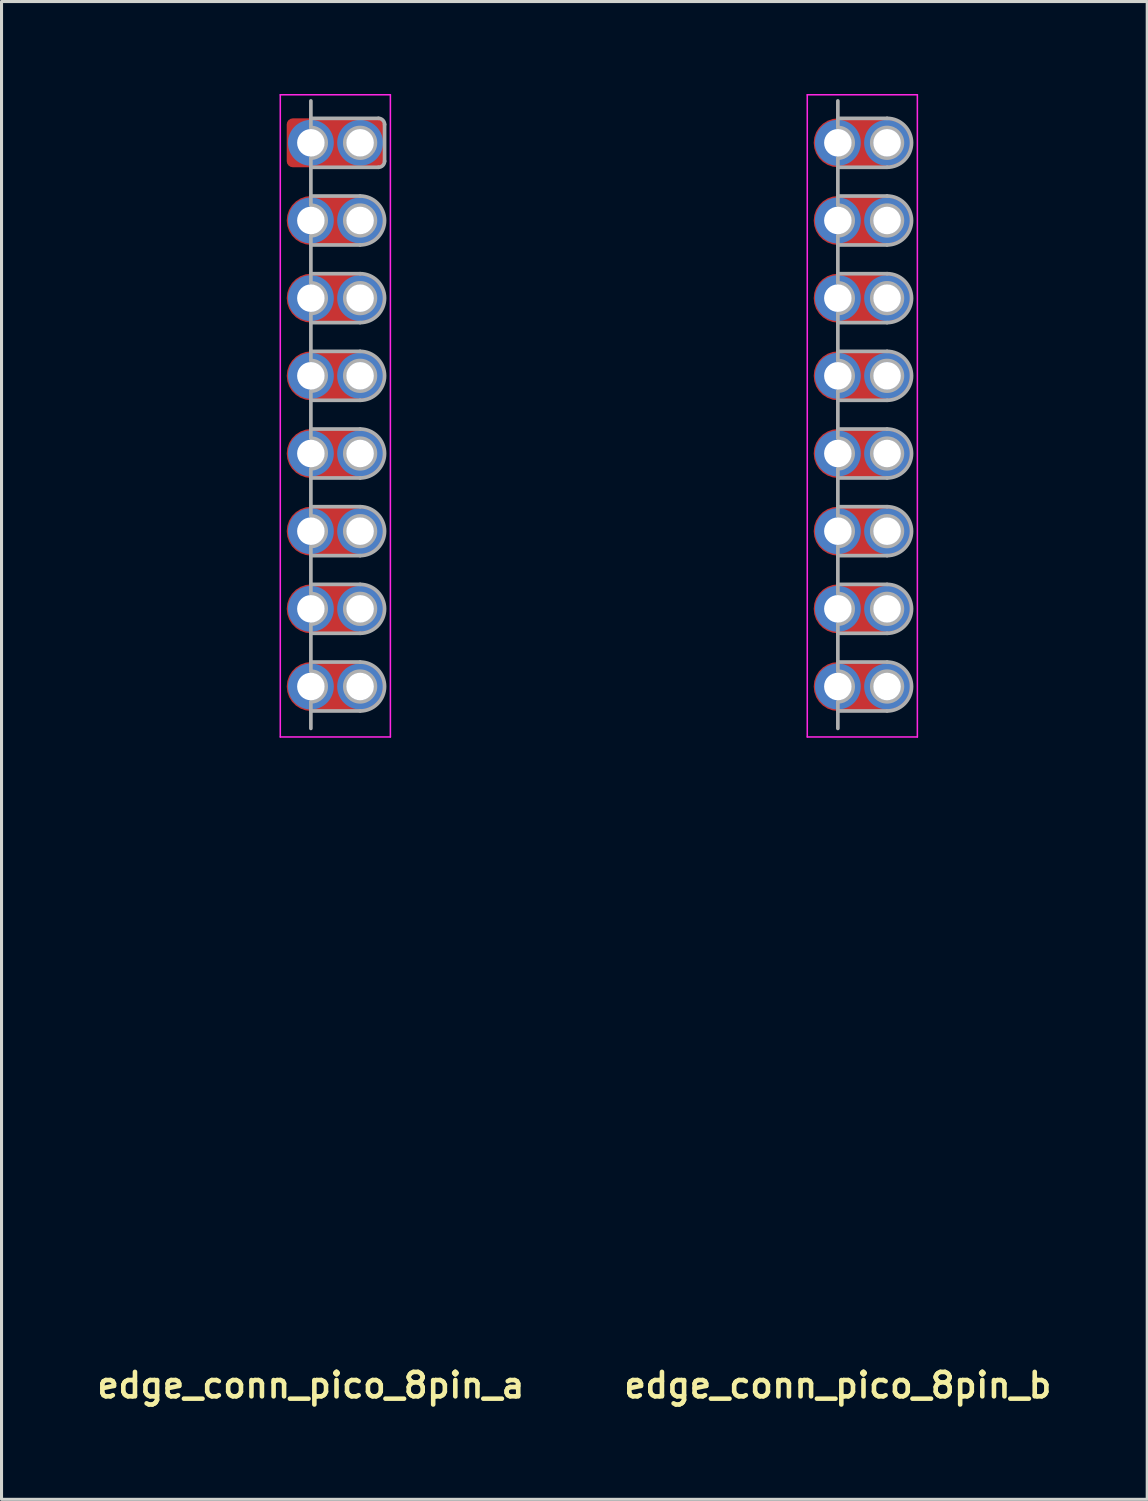
<source format=kicad_pcb>
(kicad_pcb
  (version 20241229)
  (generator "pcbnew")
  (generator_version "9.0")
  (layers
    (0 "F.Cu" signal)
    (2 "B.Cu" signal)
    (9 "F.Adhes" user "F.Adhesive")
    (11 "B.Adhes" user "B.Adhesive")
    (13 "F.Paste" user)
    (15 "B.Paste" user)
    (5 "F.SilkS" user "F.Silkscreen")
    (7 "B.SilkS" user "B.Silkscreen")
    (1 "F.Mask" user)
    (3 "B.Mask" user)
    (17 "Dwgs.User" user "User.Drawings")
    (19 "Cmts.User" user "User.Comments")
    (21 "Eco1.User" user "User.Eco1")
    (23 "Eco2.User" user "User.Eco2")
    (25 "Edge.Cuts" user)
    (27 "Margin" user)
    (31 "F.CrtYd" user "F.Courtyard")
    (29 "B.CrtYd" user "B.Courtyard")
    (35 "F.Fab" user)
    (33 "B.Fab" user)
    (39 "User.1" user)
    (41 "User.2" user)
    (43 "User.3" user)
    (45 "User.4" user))
  (footprint "edge_conn_pico_8pin_b"
    (layer "F.Cu")
    (at 24.349 0.25)
    (property "Reference" "edge_conn_pico_8pin_b" (at 0 42 0) (layer "F.SilkS") (effects (font (size 0.8 0.8) (thickness 0.15))))
    (attr through_hole)
    (fp_line (start -1 -0.2) (end -1 20.8) (stroke (width 0.05) (type default)) (layer "F.CrtYd"))
    (fp_line (start -1 -0.2) (end 2.6 -0.2) (stroke (width 0.05) (type default)) (layer "F.CrtYd"))
    (fp_line (start -1 20.8) (end 2.6 20.8) (stroke (width 0.05) (type default)) (layer "F.CrtYd"))
    (fp_line (start 2.6 -0.2) (end 2.6 20.8) (stroke (width 0.05) (type default)) (layer "F.CrtYd"))
    (fp_line (start 0 0) (end 0 0.57) (stroke (width 0.12) (type solid)) (layer "F.Fab"))
    (fp_line (start 0 0.87) (end 0 0.57) (stroke (width 0.12) (type solid)) (layer "F.Fab"))
    (fp_line (start 0 1.87) (end 0 2.17) (stroke (width 0.12) (type solid)) (layer "F.Fab"))
    (fp_line (start 0 3.11) (end 0 2.17) (stroke (width 0.12) (type solid)) (layer "F.Fab"))
    (fp_line (start 0 3.11) (end 0 3.4) (stroke (width 0.12) (type solid)) (layer "F.Fab"))
    (fp_line (start 0 4.41) (end 0 4.71) (stroke (width 0.12) (type solid)) (layer "F.Fab"))
    (fp_line (start 0 5.65) (end 0 4.71) (stroke (width 0.12) (type solid)) (layer "F.Fab"))
    (fp_line (start 0 5.65) (end 0 5.94) (stroke (width 0.12) (type solid)) (layer "F.Fab"))
    (fp_line (start 0 6.95) (end 0 7.25) (stroke (width 0.12) (type solid)) (layer "F.Fab"))
    (fp_line (start 0 8.19) (end 0 7.25) (stroke (width 0.12) (type solid)) (layer "F.Fab"))
    (fp_line (start 0 8.19) (end 0 8.49) (stroke (width 0.12) (type solid)) (layer "F.Fab"))
    (fp_line (start 0 9.49) (end 0 9.79) (stroke (width 0.12) (type solid)) (layer "F.Fab"))
    (fp_line (start 0 10.73) (end 0 9.79) (stroke (width 0.12) (type solid)) (layer "F.Fab"))
    (fp_line (start 0 10.73) (end 0 11.02) (stroke (width 0.12) (type solid)) (layer "F.Fab"))
    (fp_line (start 0 12.03) (end 0 12.33) (stroke (width 0.12) (type solid)) (layer "F.Fab"))
    (fp_line (start 0 13.27) (end 0 12.33) (stroke (width 0.12) (type solid)) (layer "F.Fab"))
    (fp_line (start 0 13.27) (end 0 13.56) (stroke (width 0.12) (type solid)) (layer "F.Fab"))
    (fp_line (start 0 14.57) (end 0 14.87) (stroke (width 0.12) (type solid)) (layer "F.Fab"))
    (fp_line (start 0 15.81) (end 0 14.87) (stroke (width 0.12) (type solid)) (layer "F.Fab"))
    (fp_line (start 0 15.81) (end 0 16.11) (stroke (width 0.12) (type solid)) (layer "F.Fab"))
    (fp_line (start 0 17.11) (end 0 17.41) (stroke (width 0.12) (type solid)) (layer "F.Fab"))
    (fp_line (start 0 18.35) (end 0 17.41) (stroke (width 0.12) (type solid)) (layer "F.Fab"))
    (fp_line (start 0 18.35) (end 0 18.65) (stroke (width 0.12) (type solid)) (layer "F.Fab"))
    (fp_line (start 0 19.65) (end 0 19.95) (stroke (width 0.12) (type solid)) (layer "F.Fab"))
    (fp_line (start 0 19.95) (end 0 20.52) (stroke (width 0.12) (type solid)) (layer "F.Fab"))
    (fp_line (start 1.61 0.57) (end 0 0.57) (stroke (width 0.12) (type solid)) (layer "F.Fab"))
    (fp_line (start 1.61 2.17) (end 0 2.17) (stroke (width 0.12) (type solid)) (layer "F.Fab"))
    (fp_line (start 1.61 3.11) (end 0 3.11) (stroke (width 0.12) (type solid)) (layer "F.Fab"))
    (fp_line (start 1.61 4.71) (end 0 4.71) (stroke (width 0.12) (type solid)) (layer "F.Fab"))
    (fp_line (start 1.61 5.65) (end 0 5.65) (stroke (width 0.12) (type solid)) (layer "F.Fab"))
    (fp_line (start 1.61 7.25) (end 0 7.25) (stroke (width 0.12) (type solid)) (layer "F.Fab"))
    (fp_line (start 1.61 8.19) (end 0 8.19) (stroke (width 0.12) (type solid)) (layer "F.Fab"))
    (fp_line (start 1.61 9.79) (end 0 9.79) (stroke (width 0.12) (type solid)) (layer "F.Fab"))
    (fp_line (start 1.61 10.73) (end 0 10.73) (stroke (width 0.12) (type solid)) (layer "F.Fab"))
    (fp_line (start 1.61 12.33) (end 0 12.33) (stroke (width 0.12) (type solid)) (layer "F.Fab"))
    (fp_line (start 1.61 13.27) (end 0 13.27) (stroke (width 0.12) (type solid)) (layer "F.Fab"))
    (fp_line (start 1.61 14.87) (end 0 14.87) (stroke (width 0.12) (type solid)) (layer "F.Fab"))
    (fp_line (start 1.61 15.81) (end 0 15.81) (stroke (width 0.12) (type solid)) (layer "F.Fab"))
    (fp_line (start 1.61 17.41) (end 0 17.41) (stroke (width 0.12) (type solid)) (layer "F.Fab"))
    (fp_line (start 1.61 18.35) (end 0 18.35) (stroke (width 0.12) (type solid)) (layer "F.Fab"))
    (fp_line (start 1.61 19.95) (end 0 19.95) (stroke (width 0.12) (type solid)) (layer "F.Fab"))
    (fp_arc (start 0 0.87) (mid 0.5 1.37) (end 0 1.87) (stroke (width 0.12) (type solid)) (layer "F.Fab"))
    (fp_arc (start 0 3.41) (mid 0.5 3.91) (end 0 4.41) (stroke (width 0.12) (type solid)) (layer "F.Fab"))
    (fp_arc (start 0 5.95) (mid 0.5 6.45) (end 0 6.95) (stroke (width 0.12) (type solid)) (layer "F.Fab"))
    (fp_arc (start 0 8.49) (mid 0.5 8.99) (end 0 9.49) (stroke (width 0.12) (type solid)) (layer "F.Fab"))
    (fp_arc (start 0 11.03) (mid 0.5 11.53) (end 0 12.03) (stroke (width 0.12) (type solid)) (layer "F.Fab"))
    (fp_arc (start 0 13.57) (mid 0.5 14.07) (end 0 14.57) (stroke (width 0.12) (type solid)) (layer "F.Fab"))
    (fp_arc (start 0 16.11) (mid 0.5 16.61) (end 0 17.11) (stroke (width 0.12) (type solid)) (layer "F.Fab"))
    (fp_arc (start 0 18.65) (mid 0.5 19.15) (end 0 19.65) (stroke (width 0.12) (type solid)) (layer "F.Fab"))
    (fp_arc (start 1.61 0.57) (mid 2.41 1.37) (end 1.61 2.17) (stroke (width 0.12) (type solid)) (layer "F.Fab"))
    (fp_arc (start 1.61 3.11) (mid 2.41 3.91) (end 1.61 4.71) (stroke (width 0.12) (type solid)) (layer "F.Fab"))
    (fp_arc (start 1.61 5.65) (mid 2.41 6.45) (end 1.61 7.25) (stroke (width 0.12) (type solid)) (layer "F.Fab"))
    (fp_arc (start 1.61 8.19) (mid 2.41 8.99) (end 1.61 9.79) (stroke (width 0.12) (type solid)) (layer "F.Fab"))
    (fp_arc (start 1.61 10.73) (mid 2.41 11.53) (end 1.61 12.33) (stroke (width 0.12) (type solid)) (layer "F.Fab"))
    (fp_arc (start 1.61 13.27) (mid 2.41 14.07) (end 1.61 14.87) (stroke (width 0.12) (type solid)) (layer "F.Fab"))
    (fp_arc (start 1.61 15.81) (mid 2.41 16.61) (end 1.61 17.41) (stroke (width 0.12) (type solid)) (layer "F.Fab"))
    (fp_arc (start 1.61 18.35) (mid 2.41 19.15) (end 1.61 19.95) (stroke (width 0.12) (type solid)) (layer "F.Fab"))
    (fp_circle (center 1.61 1.37) (end 2.11 1.37) (stroke (width 0.12) (type solid)) (fill no) (layer "F.Fab"))
    (fp_circle (center 1.61 3.91) (end 2.11 3.91) (stroke (width 0.12) (type solid)) (fill no) (layer "F.Fab"))
    (fp_circle (center 1.61 6.45) (end 2.11 6.45) (stroke (width 0.12) (type solid)) (fill no) (layer "F.Fab"))
    (fp_circle (center 1.61 8.99) (end 2.11 8.99) (stroke (width 0.12) (type solid)) (fill no) (layer "F.Fab"))
    (fp_circle (center 1.61 11.53) (end 2.11 11.53) (stroke (width 0.12) (type solid)) (fill no) (layer "F.Fab"))
    (fp_circle (center 1.61 14.07) (end 2.11 14.07) (stroke (width 0.12) (type solid)) (fill no) (layer "F.Fab"))
    (fp_circle (center 1.61 16.61) (end 2.11 16.61) (stroke (width 0.12) (type solid)) (fill no) (layer "F.Fab"))
    (fp_circle (center 1.61 19.15) (end 2.11 19.15) (stroke (width 0.12) (type solid)) (fill no) (layer "F.Fab"))
    (pad "1" thru_hole circle (at 0 1.37) (size 1.5 1.5) (drill 0.9) (layers "*.Cu" "*.Mask"))
    (pad "1" smd roundrect (at 0.81 1.37) (size 3.2 1.6) (layers "F.Cu" "F.Mask") (roundrect_rratio 0.5))
    (pad "1" thru_hole circle (at 1.61 1.37) (size 1.5 1.5) (drill 0.9) (layers "*.Cu" "*.Mask"))
    (pad "2" thru_hole circle (at 0 3.91) (size 1.5 1.5) (drill 0.9) (layers "*.Cu" "*.Mask"))
    (pad "2" smd roundrect (at 0.81 3.91) (size 3.2 1.6) (layers "F.Cu" "F.Mask") (roundrect_rratio 0.5))
    (pad "2" thru_hole circle (at 1.61 3.91) (size 1.5 1.5) (drill 0.9) (layers "*.Cu" "*.Mask"))
    (pad "3" thru_hole circle (at 0 6.45) (size 1.5 1.5) (drill 0.9) (layers "*.Cu" "*.Mask"))
    (pad "3" smd roundrect (at 0.81 6.45) (size 3.2 1.6) (layers "F.Cu" "F.Mask") (roundrect_rratio 0.5))
    (pad "3" thru_hole circle (at 1.61 6.45) (size 1.5 1.5) (drill 0.9) (layers "*.Cu" "*.Mask"))
    (pad "4" thru_hole circle (at 0 8.99) (size 1.5 1.5) (drill 0.9) (layers "*.Cu" "*.Mask"))
    (pad "4" smd roundrect (at 0.81 8.99) (size 3.2 1.6) (layers "F.Cu" "F.Mask") (roundrect_rratio 0.5))
    (pad "4" thru_hole circle (at 1.61 8.99) (size 1.5 1.5) (drill 0.9) (layers "*.Cu" "*.Mask"))
    (pad "5" thru_hole circle (at 0 11.53) (size 1.5 1.5) (drill 0.9) (layers "*.Cu" "*.Mask"))
    (pad "5" smd roundrect (at 0.81 11.53) (size 3.2 1.6) (layers "F.Cu" "F.Mask") (roundrect_rratio 0.5))
    (pad "5" thru_hole circle (at 1.61 11.53) (size 1.5 1.5) (drill 0.9) (layers "*.Cu" "*.Mask"))
    (pad "6" thru_hole circle (at 0 14.07) (size 1.5 1.5) (drill 0.9) (layers "*.Cu" "*.Mask"))
    (pad "6" smd roundrect (at 0.81 14.07) (size 3.2 1.6) (layers "F.Cu" "F.Mask") (roundrect_rratio 0.5))
    (pad "6" thru_hole circle (at 1.61 14.07) (size 1.5 1.5) (drill 0.9) (layers "*.Cu" "*.Mask"))
    (pad "7" thru_hole circle (at 0 16.61) (size 1.5 1.5) (drill 0.9) (layers "*.Cu" "*.Mask"))
    (pad "7" smd roundrect (at 0.81 16.61) (size 3.2 1.6) (layers "F.Cu" "F.Mask") (roundrect_rratio 0.5))
    (pad "7" thru_hole circle (at 1.61 16.61) (size 1.5 1.5) (drill 0.9) (layers "*.Cu" "*.Mask"))
    (pad "8" thru_hole circle (at 0 19.15) (size 1.5 1.5) (drill 0.9) (layers "*.Cu" "*.Mask"))
    (pad "8" smd roundrect (at 0.81 19.15) (size 3.2 1.6) (layers "F.Cu" "F.Mask") (roundrect_rratio 0.5))
    (pad "8" thru_hole circle (at 1.61 19.15) (size 1.5 1.5) (drill 0.9) (layers "*.Cu" "*.Mask")))
  (footprint "edge_conn_pico_8pin_a"
    (layer "F.Cu")
    (at 7.116 0.25)
    (property "Reference" "edge_conn_pico_8pin_a" (at 0 42 0) (layer "F.SilkS") (effects (font (size 0.8 0.8) (thickness 0.15))))
    (attr through_hole)
    (fp_line (start -1 -0.2) (end -1 20.8) (stroke (width 0.05) (type default)) (layer "F.CrtYd"))
    (fp_line (start -1 -0.2) (end 2.6 -0.2) (stroke (width 0.05) (type default)) (layer "F.CrtYd"))
    (fp_line (start -1 20.8) (end 2.6 20.8) (stroke (width 0.05) (type default)) (layer "F.CrtYd"))
    (fp_line (start 2.6 -0.2) (end 2.6 20.8) (stroke (width 0.05) (type default)) (layer "F.CrtYd"))
    (fp_line (start 0 0) (end 0 0.57) (stroke (width 0.12) (type solid)) (layer "F.Fab"))
    (fp_line (start 0 0.57) (end 0 0.87) (stroke (width 0.12) (type solid)) (layer "F.Fab"))
    (fp_line (start 0 1.87) (end 0 2.17) (stroke (width 0.12) (type solid)) (layer "F.Fab"))
    (fp_line (start 0 3.11) (end 0 2.17) (stroke (width 0.12) (type solid)) (layer "F.Fab"))
    (fp_line (start 0 3.11) (end 0 3.4) (stroke (width 0.12) (type solid)) (layer "F.Fab"))
    (fp_line (start 0 4.41) (end 0 4.71) (stroke (width 0.12) (type solid)) (layer "F.Fab"))
    (fp_line (start 0 5.65) (end 0 4.71) (stroke (width 0.12) (type solid)) (layer "F.Fab"))
    (fp_line (start 0 5.65) (end 0 5.94) (stroke (width 0.12) (type solid)) (layer "F.Fab"))
    (fp_line (start 0 6.95) (end 0 7.25) (stroke (width 0.12) (type solid)) (layer "F.Fab"))
    (fp_line (start 0 8.19) (end 0 7.25) (stroke (width 0.12) (type solid)) (layer "F.Fab"))
    (fp_line (start 0 8.19) (end 0 8.49) (stroke (width 0.12) (type solid)) (layer "F.Fab"))
    (fp_line (start 0 9.49) (end 0 9.79) (stroke (width 0.12) (type solid)) (layer "F.Fab"))
    (fp_line (start 0 10.73) (end 0 9.79) (stroke (width 0.12) (type solid)) (layer "F.Fab"))
    (fp_line (start 0 10.73) (end 0 11.02) (stroke (width 0.12) (type solid)) (layer "F.Fab"))
    (fp_line (start 0 12.03) (end 0 12.33) (stroke (width 0.12) (type solid)) (layer "F.Fab"))
    (fp_line (start 0 13.27) (end 0 12.33) (stroke (width 0.12) (type solid)) (layer "F.Fab"))
    (fp_line (start 0 13.27) (end 0 13.56) (stroke (width 0.12) (type solid)) (layer "F.Fab"))
    (fp_line (start 0 14.57) (end 0 14.87) (stroke (width 0.12) (type solid)) (layer "F.Fab"))
    (fp_line (start 0 15.81) (end 0 14.87) (stroke (width 0.12) (type solid)) (layer "F.Fab"))
    (fp_line (start 0 15.81) (end 0 16.11) (stroke (width 0.12) (type solid)) (layer "F.Fab"))
    (fp_line (start 0 17.11) (end 0 17.41) (stroke (width 0.12) (type solid)) (layer "F.Fab"))
    (fp_line (start 0 18.35) (end 0 17.41) (stroke (width 0.12) (type solid)) (layer "F.Fab"))
    (fp_line (start 0 18.35) (end 0 18.65) (stroke (width 0.12) (type solid)) (layer "F.Fab"))
    (fp_line (start 0 19.65) (end 0 19.95) (stroke (width 0.12) (type solid)) (layer "F.Fab"))
    (fp_line (start 0 19.95) (end 0 20.52) (stroke (width 0.12) (type solid)) (layer "F.Fab"))
    (fp_line (start 1.61 3.11) (end 0 3.11) (stroke (width 0.12) (type solid)) (layer "F.Fab"))
    (fp_line (start 1.61 4.71) (end 0 4.71) (stroke (width 0.12) (type solid)) (layer "F.Fab"))
    (fp_line (start 1.61 5.65) (end 0 5.65) (stroke (width 0.12) (type solid)) (layer "F.Fab"))
    (fp_line (start 1.61 7.25) (end 0 7.25) (stroke (width 0.12) (type solid)) (layer "F.Fab"))
    (fp_line (start 1.61 8.19) (end 0 8.19) (stroke (width 0.12) (type solid)) (layer "F.Fab"))
    (fp_line (start 1.61 9.79) (end 0 9.79) (stroke (width 0.12) (type solid)) (layer "F.Fab"))
    (fp_line (start 1.61 10.73) (end 0 10.73) (stroke (width 0.12) (type solid)) (layer "F.Fab"))
    (fp_line (start 1.61 12.33) (end 0 12.33) (stroke (width 0.12) (type solid)) (layer "F.Fab"))
    (fp_line (start 1.61 13.27) (end 0 13.27) (stroke (width 0.12) (type solid)) (layer "F.Fab"))
    (fp_line (start 1.61 14.87) (end 0 14.87) (stroke (width 0.12) (type solid)) (layer "F.Fab"))
    (fp_line (start 1.61 15.81) (end 0 15.81) (stroke (width 0.12) (type solid)) (layer "F.Fab"))
    (fp_line (start 1.61 17.41) (end 0 17.41) (stroke (width 0.12) (type solid)) (layer "F.Fab"))
    (fp_line (start 1.61 18.35) (end 0 18.35) (stroke (width 0.12) (type solid)) (layer "F.Fab"))
    (fp_line (start 1.61 19.95) (end 0 19.95) (stroke (width 0.12) (type solid)) (layer "F.Fab"))
    (fp_line (start 2.21 0.57) (end 0 0.57) (stroke (width 0.12) (type solid)) (layer "F.Fab"))
    (fp_line (start 2.21 2.17) (end 0 2.17) (stroke (width 0.12) (type solid)) (layer "F.Fab"))
    (fp_line (start 2.41 0.77) (end 2.41 1.97) (stroke (width 0.12) (type solid)) (layer "F.Fab"))
    (fp_arc (start 0 0.87) (mid 0.5 1.37) (end 0 1.87) (stroke (width 0.12) (type solid)) (layer "F.Fab"))
    (fp_arc (start 0 3.41) (mid 0.5 3.91) (end 0 4.41) (stroke (width 0.12) (type solid)) (layer "F.Fab"))
    (fp_arc (start 0 5.95) (mid 0.5 6.45) (end 0 6.95) (stroke (width 0.12) (type solid)) (layer "F.Fab"))
    (fp_arc (start 0 8.49) (mid 0.5 8.99) (end 0 9.49) (stroke (width 0.12) (type solid)) (layer "F.Fab"))
    (fp_arc (start 0 11.03) (mid 0.5 11.53) (end 0 12.03) (stroke (width 0.12) (type solid)) (layer "F.Fab"))
    (fp_arc (start 0 13.57) (mid 0.5 14.07) (end 0 14.57) (stroke (width 0.12) (type solid)) (layer "F.Fab"))
    (fp_arc (start 0 16.11) (mid 0.5 16.61) (end 0 17.11) (stroke (width 0.12) (type solid)) (layer "F.Fab"))
    (fp_arc (start 0 18.65) (mid 0.5 19.15) (end 0 19.65) (stroke (width 0.12) (type solid)) (layer "F.Fab"))
    (fp_arc (start 1.61 3.11) (mid 2.41 3.91) (end 1.61 4.71) (stroke (width 0.12) (type solid)) (layer "F.Fab"))
    (fp_arc (start 1.61 5.65) (mid 2.41 6.45) (end 1.61 7.25) (stroke (width 0.12) (type solid)) (layer "F.Fab"))
    (fp_arc (start 1.61 8.19) (mid 2.41 8.99) (end 1.61 9.79) (stroke (width 0.12) (type solid)) (layer "F.Fab"))
    (fp_arc (start 1.61 10.73) (mid 2.41 11.53) (end 1.61 12.33) (stroke (width 0.12) (type solid)) (layer "F.Fab"))
    (fp_arc (start 1.61 13.27) (mid 2.41 14.07) (end 1.61 14.87) (stroke (width 0.12) (type solid)) (layer "F.Fab"))
    (fp_arc (start 1.61 15.81) (mid 2.41 16.61) (end 1.61 17.41) (stroke (width 0.12) (type solid)) (layer "F.Fab"))
    (fp_arc (start 1.61 18.35) (mid 2.41 19.15) (end 1.61 19.95) (stroke (width 0.12) (type solid)) (layer "F.Fab"))
    (fp_arc (start 2.21 0.57) (mid 2.351421 0.628579) (end 2.41 0.77) (stroke (width 0.12) (type solid)) (layer "F.Fab"))
    (fp_arc (start 2.41 1.97) (mid 2.351421 2.111421) (end 2.21 2.17) (stroke (width 0.12) (type solid)) (layer "F.Fab"))
    (fp_circle (center 1.61 1.37) (end 2.11 1.37) (stroke (width 0.12) (type solid)) (fill no) (layer "F.Fab"))
    (fp_circle (center 1.61 3.91) (end 2.11 3.91) (stroke (width 0.12) (type solid)) (fill no) (layer "F.Fab"))
    (fp_circle (center 1.61 6.45) (end 2.11 6.45) (stroke (width 0.12) (type solid)) (fill no) (layer "F.Fab"))
    (fp_circle (center 1.61 8.99) (end 2.11 8.99) (stroke (width 0.12) (type solid)) (fill no) (layer "F.Fab"))
    (fp_circle (center 1.61 11.53) (end 2.11 11.53) (stroke (width 0.12) (type solid)) (fill no) (layer "F.Fab"))
    (fp_circle (center 1.61 14.07) (end 2.11 14.07) (stroke (width 0.12) (type solid)) (fill no) (layer "F.Fab"))
    (fp_circle (center 1.61 16.61) (end 2.11 16.61) (stroke (width 0.12) (type solid)) (fill no) (layer "F.Fab"))
    (fp_circle (center 1.61 19.15) (end 2.11 19.15) (stroke (width 0.12) (type solid)) (fill no) (layer "F.Fab"))
    (pad "1" thru_hole circle (at 0 1.37) (size 1.5 1.5) (drill 0.9) (layers "*.Cu" "*.Mask"))
    (pad "1" smd roundrect (at 0.81 1.37) (size 3.2 1.6) (layers "F.Cu" "F.Mask") (roundrect_rratio 0.125))
    (pad "1" thru_hole circle (at 1.61 1.37) (size 1.5 1.5) (drill 0.9) (layers "*.Cu" "*.Mask"))
    (pad "2" thru_hole circle (at 0 3.91) (size 1.5 1.5) (drill 0.9) (layers "*.Cu" "*.Mask"))
    (pad "2" smd roundrect (at 0.81 3.91) (size 3.2 1.6) (layers "F.Cu" "F.Mask") (roundrect_rratio 0.5))
    (pad "2" thru_hole circle (at 1.61 3.91) (size 1.5 1.5) (drill 0.9) (layers "*.Cu" "*.Mask"))
    (pad "3" thru_hole circle (at 0 6.45) (size 1.5 1.5) (drill 0.9) (layers "*.Cu" "*.Mask"))
    (pad "3" smd roundrect (at 0.81 6.45) (size 3.2 1.6) (layers "F.Cu" "F.Mask") (roundrect_rratio 0.5))
    (pad "3" thru_hole circle (at 1.61 6.45) (size 1.5 1.5) (drill 0.9) (layers "*.Cu" "*.Mask"))
    (pad "4" thru_hole circle (at 0 8.99) (size 1.5 1.5) (drill 0.9) (layers "*.Cu" "*.Mask"))
    (pad "4" smd roundrect (at 0.81 8.99) (size 3.2 1.6) (layers "F.Cu" "F.Mask") (roundrect_rratio 0.5))
    (pad "4" thru_hole circle (at 1.61 8.99) (size 1.5 1.5) (drill 0.9) (layers "*.Cu" "*.Mask"))
    (pad "5" thru_hole circle (at 0 11.53) (size 1.5 1.5) (drill 0.9) (layers "*.Cu" "*.Mask"))
    (pad "5" smd roundrect (at 0.81 11.53) (size 3.2 1.6) (layers "F.Cu" "F.Mask") (roundrect_rratio 0.5))
    (pad "5" thru_hole circle (at 1.61 11.53) (size 1.5 1.5) (drill 0.9) (layers "*.Cu" "*.Mask"))
    (pad "6" thru_hole circle (at 0 14.07) (size 1.5 1.5) (drill 0.9) (layers "*.Cu" "*.Mask"))
    (pad "6" smd roundrect (at 0.81 14.07) (size 3.2 1.6) (layers "F.Cu" "F.Mask") (roundrect_rratio 0.5))
    (pad "6" thru_hole circle (at 1.61 14.07) (size 1.5 1.5) (drill 0.9) (layers "*.Cu" "*.Mask"))
    (pad "7" thru_hole circle (at 0 16.61) (size 1.5 1.5) (drill 0.9) (layers "*.Cu" "*.Mask"))
    (pad "7" smd roundrect (at 0.81 16.61) (size 3.2 1.6) (layers "F.Cu" "F.Mask") (roundrect_rratio 0.5))
    (pad "7" thru_hole circle (at 1.61 16.61) (size 1.5 1.5) (drill 0.9) (layers "*.Cu" "*.Mask"))
    (pad "8" thru_hole circle (at 0 19.15) (size 1.5 1.5) (drill 0.9) (layers "*.Cu" "*.Mask"))
    (pad "8" smd roundrect (at 0.81 19.15) (size 3.2 1.6) (layers "F.Cu" "F.Mask") (roundrect_rratio 0.5))
    (pad "8" thru_hole circle (at 1.61 19.15) (size 1.5 1.5) (drill 0.9) (layers "*.Cu" "*.Mask")))
  (gr_rect
    (start -3 -3)
    (end 34.466 45.981)
    (stroke (width 0.1) (type default))
    (fill no)
    (layer "Edge.Cuts")))
</source>
